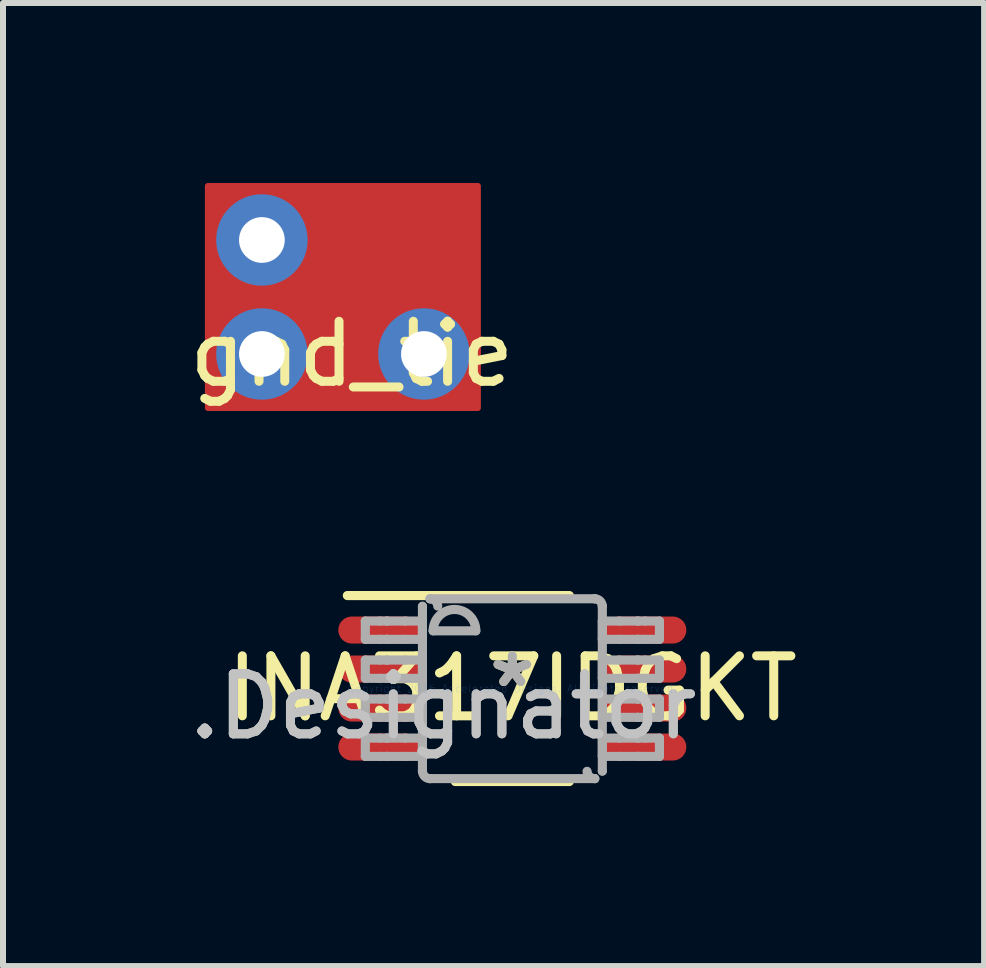
<source format=kicad_pcb>
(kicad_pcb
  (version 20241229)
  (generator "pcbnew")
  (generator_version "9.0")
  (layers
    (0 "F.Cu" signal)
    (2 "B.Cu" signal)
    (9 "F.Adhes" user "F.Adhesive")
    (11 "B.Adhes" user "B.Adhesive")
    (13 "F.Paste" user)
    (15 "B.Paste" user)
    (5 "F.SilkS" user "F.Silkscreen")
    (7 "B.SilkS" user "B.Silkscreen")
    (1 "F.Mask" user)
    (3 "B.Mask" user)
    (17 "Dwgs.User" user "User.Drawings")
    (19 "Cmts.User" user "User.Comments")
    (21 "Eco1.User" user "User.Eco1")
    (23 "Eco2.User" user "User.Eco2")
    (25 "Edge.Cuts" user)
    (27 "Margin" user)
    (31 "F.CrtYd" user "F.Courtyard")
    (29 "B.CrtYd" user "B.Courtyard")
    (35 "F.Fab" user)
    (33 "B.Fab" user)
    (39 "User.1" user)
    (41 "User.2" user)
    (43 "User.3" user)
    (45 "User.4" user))
  (footprint "gnd_tie"
    (layer "F.Cu")
    (at 2.815 2.35)
    (property "Reference" "gnd_tie" (at 0 0.5 0) (layer "F.SilkS") (effects (font (size 1 1) (thickness 0.15))))
    (attr through_hole)
    (fp_poly (pts (xy 2.1 1.4) (xy -2.4 1.4) (xy -2.4 -2.3) (xy 2.1 -2.3)) (stroke (width 0.1) (type solid)) (fill yes) (layer "F.Cu"))
    (pad "1" thru_hole circle (at 1.2 0.5) (size 1.524 1.524) (drill 0.762) (layers "*.Cu" "*.Mask"))
    (pad "2" thru_hole circle (at -1.5 0.5) (size 1.524 1.524) (drill 0.762) (layers "*.Cu" "*.Mask"))
    (pad "3" thru_hole circle (at -1.5 -1.4) (size 1.524 1.524) (drill 0.762) (layers "*.Cu" "*.Mask")))
  (footprint "INA317IDGKT"
    (layer "F.Cu")
    (at 5.489 8.426)
    (property "Reference" "INA317IDGKT" (at 0 0 0) (layer "F.SilkS") (effects (font (size 1 1) (thickness 0.15))))
    (attr through_hole)
    (fp_line (start -2.75 -1.55) (end 0.95 -1.55) (stroke (width 0.152) (type solid)) (layer "F.SilkS"))
    (fp_line (start -0.95 1.55) (end 0.95 1.55) (stroke (width 0.152) (type solid)) (layer "F.SilkS"))
    (fp_line (start -2.45 -1.125) (end -2.21 -1.125) (stroke (width 0.152) (type solid)) (layer "F.Fab"))
    (fp_line (start -2.45 -0.82) (end -2.45 -1.125) (stroke (width 0.152) (type solid)) (layer "F.Fab"))
    (fp_line (start -2.45 -0.82) (end -2.21 -0.82) (stroke (width 0.152) (type solid)) (layer "F.Fab"))
    (fp_line (start -2.45 -0.475) (end -2.21 -0.475) (stroke (width 0.152) (type solid)) (layer "F.Fab"))
    (fp_line (start -2.45 -0.17) (end -2.45 -0.475) (stroke (width 0.152) (type solid)) (layer "F.Fab"))
    (fp_line (start -2.45 -0.17) (end -2.21 -0.17) (stroke (width 0.152) (type solid)) (layer "F.Fab"))
    (fp_line (start -2.45 0.175) (end -2.21 0.175) (stroke (width 0.152) (type solid)) (layer "F.Fab"))
    (fp_line (start -2.45 0.48) (end -2.45 0.175) (stroke (width 0.152) (type solid)) (layer "F.Fab"))
    (fp_line (start -2.45 0.48) (end -2.21 0.48) (stroke (width 0.152) (type solid)) (layer "F.Fab"))
    (fp_line (start -2.45 0.826) (end -2.21 0.826) (stroke (width 0.152) (type solid)) (layer "F.Fab"))
    (fp_line (start -2.45 1.131) (end -2.45 0.826) (stroke (width 0.152) (type solid)) (layer "F.Fab"))
    (fp_line (start -2.45 1.131) (end -2.21 1.131) (stroke (width 0.152) (type solid)) (layer "F.Fab"))
    (fp_line (start -2.21 -1.125) (end -2.091 -1.125) (stroke (width 0.152) (type solid)) (layer "F.Fab"))
    (fp_line (start -2.21 -0.82) (end -2.091 -0.82) (stroke (width 0.152) (type solid)) (layer "F.Fab"))
    (fp_line (start -2.21 -0.475) (end -2.091 -0.475) (stroke (width 0.152) (type solid)) (layer "F.Fab"))
    (fp_line (start -2.21 -0.17) (end -2.091 -0.17) (stroke (width 0.152) (type solid)) (layer "F.Fab"))
    (fp_line (start -2.21 0.175) (end -2.091 0.175) (stroke (width 0.152) (type solid)) (layer "F.Fab"))
    (fp_line (start -2.21 0.48) (end -2.091 0.48) (stroke (width 0.152) (type solid)) (layer "F.Fab"))
    (fp_line (start -2.21 0.826) (end -2.091 0.826) (stroke (width 0.152) (type solid)) (layer "F.Fab"))
    (fp_line (start -2.21 1.131) (end -2.091 1.131) (stroke (width 0.152) (type solid)) (layer "F.Fab"))
    (fp_line (start -2.091 -1.125) (end -2.087 -1.125) (stroke (width 0.152) (type solid)) (layer "F.Fab"))
    (fp_line (start -2.091 -0.82) (end -2.087 -0.82) (stroke (width 0.152) (type solid)) (layer "F.Fab"))
    (fp_line (start -2.091 -0.475) (end -2.087 -0.475) (stroke (width 0.152) (type solid)) (layer "F.Fab"))
    (fp_line (start -2.091 -0.17) (end -2.087 -0.17) (stroke (width 0.152) (type solid)) (layer "F.Fab"))
    (fp_line (start -2.091 0.175) (end -2.087 0.175) (stroke (width 0.152) (type solid)) (layer "F.Fab"))
    (fp_line (start -2.091 0.48) (end -2.087 0.48) (stroke (width 0.152) (type solid)) (layer "F.Fab"))
    (fp_line (start -2.091 0.826) (end -2.087 0.826) (stroke (width 0.152) (type solid)) (layer "F.Fab"))
    (fp_line (start -2.091 1.131) (end -2.087 1.131) (stroke (width 0.152) (type solid)) (layer "F.Fab"))
    (fp_line (start -2.087 -1.125) (end -1.784 -1.125) (stroke (width 0.152) (type solid)) (layer "F.Fab"))
    (fp_line (start -2.087 -0.82) (end -1.784 -0.82) (stroke (width 0.152) (type solid)) (layer "F.Fab"))
    (fp_line (start -2.087 -0.475) (end -1.784 -0.475) (stroke (width 0.152) (type solid)) (layer "F.Fab"))
    (fp_line (start -2.087 -0.17) (end -1.784 -0.17) (stroke (width 0.152) (type solid)) (layer "F.Fab"))
    (fp_line (start -2.087 0.175) (end -1.784 0.175) (stroke (width 0.152) (type solid)) (layer "F.Fab"))
    (fp_line (start -2.087 0.48) (end -1.784 0.48) (stroke (width 0.152) (type solid)) (layer "F.Fab"))
    (fp_line (start -2.087 0.826) (end -1.784 0.826) (stroke (width 0.152) (type solid)) (layer "F.Fab"))
    (fp_line (start -2.087 1.131) (end -1.784 1.131) (stroke (width 0.152) (type solid)) (layer "F.Fab"))
    (fp_line (start -1.784 -1.125) (end -1.498 -1.125) (stroke (width 0.152) (type solid)) (layer "F.Fab"))
    (fp_line (start -1.784 -0.82) (end -1.498 -0.82) (stroke (width 0.152) (type solid)) (layer "F.Fab"))
    (fp_line (start -1.784 -0.475) (end -1.498 -0.475) (stroke (width 0.152) (type solid)) (layer "F.Fab"))
    (fp_line (start -1.784 -0.17) (end -1.498 -0.17) (stroke (width 0.152) (type solid)) (layer "F.Fab"))
    (fp_line (start -1.784 0.175) (end -1.498 0.175) (stroke (width 0.152) (type solid)) (layer "F.Fab"))
    (fp_line (start -1.784 0.48) (end -1.498 0.48) (stroke (width 0.152) (type solid)) (layer "F.Fab"))
    (fp_line (start -1.784 0.826) (end -1.498 0.826) (stroke (width 0.152) (type solid)) (layer "F.Fab"))
    (fp_line (start -1.784 1.131) (end -1.498 1.131) (stroke (width 0.152) (type solid)) (layer "F.Fab"))
    (fp_line (start -1.498 -1.369) (end -1.497 -1.372) (stroke (width 0.152) (type solid)) (layer "F.Fab"))
    (fp_line (start -1.498 -0.82) (end -1.498 -1.125) (stroke (width 0.152) (type solid)) (layer "F.Fab"))
    (fp_line (start -1.498 -0.17) (end -1.498 -0.475) (stroke (width 0.152) (type solid)) (layer "F.Fab"))
    (fp_line (start -1.498 0.48) (end -1.498 0.175) (stroke (width 0.152) (type solid)) (layer "F.Fab"))
    (fp_line (start -1.498 1.131) (end -1.498 0.826) (stroke (width 0.152) (type solid)) (layer "F.Fab"))
    (fp_line (start -1.498 1.374) (end -1.498 -1.369) (stroke (width 0.152) (type solid)) (layer "F.Fab"))
    (fp_line (start -1.498 1.374) (end -1.497 1.377) (stroke (width 0.152) (type solid)) (layer "F.Fab"))
    (fp_line (start -1.373 -1.496) (end -1.371 -1.496) (stroke (width 0.152) (type solid)) (layer "F.Fab"))
    (fp_line (start -1.373 1.501) (end -1.371 1.501) (stroke (width 0.152) (type solid)) (layer "F.Fab"))
    (fp_line (start -1.371 -1.496) (end 1.373 -1.496) (stroke (width 0.152) (type solid)) (layer "F.Fab"))
    (fp_line (start -1.371 1.501) (end 1.373 1.501) (stroke (width 0.152) (type solid)) (layer "F.Fab"))
    (fp_line (start -1.32 -0.962) (end -0.609 -0.962) (stroke (width 0.152) (type solid)) (layer "F.Fab"))
    (fp_line (start 1.373 -1.496) (end 1.375 -1.496) (stroke (width 0.152) (type solid)) (layer "F.Fab"))
    (fp_line (start 1.373 1.501) (end 1.375 1.501) (stroke (width 0.152) (type solid)) (layer "F.Fab"))
    (fp_line (start 1.5 -1.372) (end 1.5 -1.369) (stroke (width 0.152) (type solid)) (layer "F.Fab"))
    (fp_line (start 1.5 1.377) (end 1.5 1.374) (stroke (width 0.152) (type solid)) (layer "F.Fab"))
    (fp_line (start 1.5 -1.125) (end 1.786 -1.125) (stroke (width 0.152) (type solid)) (layer "F.Fab"))
    (fp_line (start 1.5 -0.82) (end 1.5 -1.125) (stroke (width 0.152) (type solid)) (layer "F.Fab"))
    (fp_line (start 1.5 -0.82) (end 1.786 -0.82) (stroke (width 0.152) (type solid)) (layer "F.Fab"))
    (fp_line (start 1.5 -0.475) (end 1.786 -0.475) (stroke (width 0.152) (type solid)) (layer "F.Fab"))
    (fp_line (start 1.5 -0.17) (end 1.5 -0.475) (stroke (width 0.152) (type solid)) (layer "F.Fab"))
    (fp_line (start 1.5 -0.17) (end 1.786 -0.17) (stroke (width 0.152) (type solid)) (layer "F.Fab"))
    (fp_line (start 1.5 0.175) (end 1.786 0.175) (stroke (width 0.152) (type solid)) (layer "F.Fab"))
    (fp_line (start 1.5 0.48) (end 1.5 0.175) (stroke (width 0.152) (type solid)) (layer "F.Fab"))
    (fp_line (start 1.5 0.48) (end 1.786 0.48) (stroke (width 0.152) (type solid)) (layer "F.Fab"))
    (fp_line (start 1.5 0.826) (end 1.786 0.826) (stroke (width 0.152) (type solid)) (layer "F.Fab"))
    (fp_line (start 1.5 1.131) (end 1.5 0.826) (stroke (width 0.152) (type solid)) (layer "F.Fab"))
    (fp_line (start 1.5 1.131) (end 1.786 1.131) (stroke (width 0.152) (type solid)) (layer "F.Fab"))
    (fp_line (start 1.5 1.374) (end 1.5 -1.369) (stroke (width 0.152) (type solid)) (layer "F.Fab"))
    (fp_line (start 1.786 -1.125) (end 2.089 -1.125) (stroke (width 0.152) (type solid)) (layer "F.Fab"))
    (fp_line (start 1.786 -0.82) (end 2.089 -0.82) (stroke (width 0.152) (type solid)) (layer "F.Fab"))
    (fp_line (start 1.786 -0.475) (end 2.089 -0.475) (stroke (width 0.152) (type solid)) (layer "F.Fab"))
    (fp_line (start 1.786 -0.17) (end 2.089 -0.17) (stroke (width 0.152) (type solid)) (layer "F.Fab"))
    (fp_line (start 1.786 0.175) (end 2.089 0.175) (stroke (width 0.152) (type solid)) (layer "F.Fab"))
    (fp_line (start 1.786 0.48) (end 2.089 0.48) (stroke (width 0.152) (type solid)) (layer "F.Fab"))
    (fp_line (start 1.786 0.826) (end 2.089 0.826) (stroke (width 0.152) (type solid)) (layer "F.Fab"))
    (fp_line (start 1.786 1.131) (end 2.089 1.131) (stroke (width 0.152) (type solid)) (layer "F.Fab"))
    (fp_line (start 2.089 -1.125) (end 2.093 -1.125) (stroke (width 0.152) (type solid)) (layer "F.Fab"))
    (fp_line (start 2.089 -0.82) (end 2.093 -0.82) (stroke (width 0.152) (type solid)) (layer "F.Fab"))
    (fp_line (start 2.089 -0.475) (end 2.093 -0.475) (stroke (width 0.152) (type solid)) (layer "F.Fab"))
    (fp_line (start 2.089 -0.17) (end 2.093 -0.17) (stroke (width 0.152) (type solid)) (layer "F.Fab"))
    (fp_line (start 2.089 0.175) (end 2.093 0.175) (stroke (width 0.152) (type solid)) (layer "F.Fab"))
    (fp_line (start 2.089 0.48) (end 2.093 0.48) (stroke (width 0.152) (type solid)) (layer "F.Fab"))
    (fp_line (start 2.089 0.826) (end 2.093 0.826) (stroke (width 0.152) (type solid)) (layer "F.Fab"))
    (fp_line (start 2.089 1.131) (end 2.093 1.131) (stroke (width 0.152) (type solid)) (layer "F.Fab"))
    (fp_line (start 2.093 -1.125) (end 2.213 -1.125) (stroke (width 0.152) (type solid)) (layer "F.Fab"))
    (fp_line (start 2.093 -0.82) (end 2.213 -0.82) (stroke (width 0.152) (type solid)) (layer "F.Fab"))
    (fp_line (start 2.093 -0.475) (end 2.213 -0.475) (stroke (width 0.152) (type solid)) (layer "F.Fab"))
    (fp_line (start 2.093 -0.17) (end 2.213 -0.17) (stroke (width 0.152) (type solid)) (layer "F.Fab"))
    (fp_line (start 2.093 0.175) (end 2.213 0.175) (stroke (width 0.152) (type solid)) (layer "F.Fab"))
    (fp_line (start 2.093 0.48) (end 2.213 0.48) (stroke (width 0.152) (type solid)) (layer "F.Fab"))
    (fp_line (start 2.093 0.826) (end 2.213 0.826) (stroke (width 0.152) (type solid)) (layer "F.Fab"))
    (fp_line (start 2.093 1.131) (end 2.213 1.131) (stroke (width 0.152) (type solid)) (layer "F.Fab"))
    (fp_line (start 2.213 -1.125) (end 2.452 -1.125) (stroke (width 0.152) (type solid)) (layer "F.Fab"))
    (fp_line (start 2.213 -0.82) (end 2.452 -0.82) (stroke (width 0.152) (type solid)) (layer "F.Fab"))
    (fp_line (start 2.213 -0.475) (end 2.452 -0.475) (stroke (width 0.152) (type solid)) (layer "F.Fab"))
    (fp_line (start 2.213 -0.17) (end 2.452 -0.17) (stroke (width 0.152) (type solid)) (layer "F.Fab"))
    (fp_line (start 2.213 0.175) (end 2.452 0.175) (stroke (width 0.152) (type solid)) (layer "F.Fab"))
    (fp_line (start 2.213 0.48) (end 2.452 0.48) (stroke (width 0.152) (type solid)) (layer "F.Fab"))
    (fp_line (start 2.213 0.826) (end 2.452 0.826) (stroke (width 0.152) (type solid)) (layer "F.Fab"))
    (fp_line (start 2.213 1.131) (end 2.452 1.131) (stroke (width 0.152) (type solid)) (layer "F.Fab"))
    (fp_line (start 2.452 -0.82) (end 2.452 -1.125) (stroke (width 0.152) (type solid)) (layer "F.Fab"))
    (fp_line (start 2.452 -0.17) (end 2.452 -0.475) (stroke (width 0.152) (type solid)) (layer "F.Fab"))
    (fp_line (start 2.452 0.48) (end 2.452 0.175) (stroke (width 0.152) (type solid)) (layer "F.Fab"))
    (fp_line (start 2.452 1.131) (end 2.452 0.826) (stroke (width 0.152) (type solid)) (layer "F.Fab"))
    (fp_arc (start -1.370498 -1.495844) (mid -1.282652 -1.460565) (end -1.243609 -1.374326) (stroke (width 0.1524) (type solid)) (layer "F.Fab"))
    (fp_arc (start -1.370498 1.501366) (mid -1.458344 1.466087) (end -1.497387 1.379848) (stroke (width 0.1524) (type solid)) (layer "F.Fab"))
    (fp_arc (start -1.3197 -0.962439) (mid -0.9641 -1.318039) (end -0.6085 -0.962439) (stroke (width 0.1524) (type solid)) (layer "F.Fab"))
    (fp_arc (start 1.372697 -1.495844) (mid 1.460543 -1.460565) (end 1.499586 -1.374326) (stroke (width 0.1524) (type solid)) (layer "F.Fab"))
    (fp_arc (start 1.372697 1.501366) (mid 1.284851 1.466087) (end 1.245808 1.379848) (stroke (width 0.1524) (type solid)) (layer "F.Fab"))
    (fp_text user "*" (at 0 0 0) (layer "F.SilkS") (effects (font (size 1 1) (thickness 0.15))))
    (fp_text user ".Designator" (at -1.15 0.3 0) (layer "Dwgs.User") (effects (font (size 1 1) (thickness 0.15))))
    (fp_text user "Copyright 2016 Accelerated Designs. All rights reserved." (at 0 0 0) (layer "Cmts.User") (effects (font (size 0.127 0.127) (thickness 0.002))))
    (fp_text user ".Designator" (at -1.15 0.3 0) (layer "F.Fab") (effects (font (size 1 1) (thickness 0.15))))
    (fp_text user "*" (at 0 0 0) (layer "F.Fab") (effects (font (size 1 1) (thickness 0.15))))
    (pad "1" smd oval (at -2.225 -0.975 90) (size 0.45 1.35) (layers "F.Cu" "F.Mask" "F.Paste"))
    (pad "2" smd oval (at -2.225 -0.325 90) (size 0.45 1.35) (layers "F.Cu" "F.Mask" "F.Paste"))
    (pad "3" smd oval (at -2.225 0.325 90) (size 0.45 1.35) (layers "F.Cu" "F.Mask" "F.Paste"))
    (pad "4" smd oval (at -2.225 0.975 90) (size 0.45 1.35) (layers "F.Cu" "F.Mask" "F.Paste"))
    (pad "5" smd oval (at 2.225 0.975 90) (size 0.45 1.35) (layers "F.Cu" "F.Mask" "F.Paste"))
    (pad "6" smd oval (at 2.225 0.325 90) (size 0.45 1.35) (layers "F.Cu" "F.Mask" "F.Paste"))
    (pad "7" smd oval (at 2.225 -0.325 90) (size 0.45 1.35) (layers "F.Cu" "F.Mask" "F.Paste"))
    (pad "8" smd oval (at 2.225 -0.975 90) (size 0.45 1.35) (layers "F.Cu" "F.Mask" "F.Paste")))
  (gr_rect
    (start -3 -3)
    (end 13.352 13.052)
    (stroke (width 0.1) (type default))
    (fill no)
    (layer "Edge.Cuts")))
</source>
